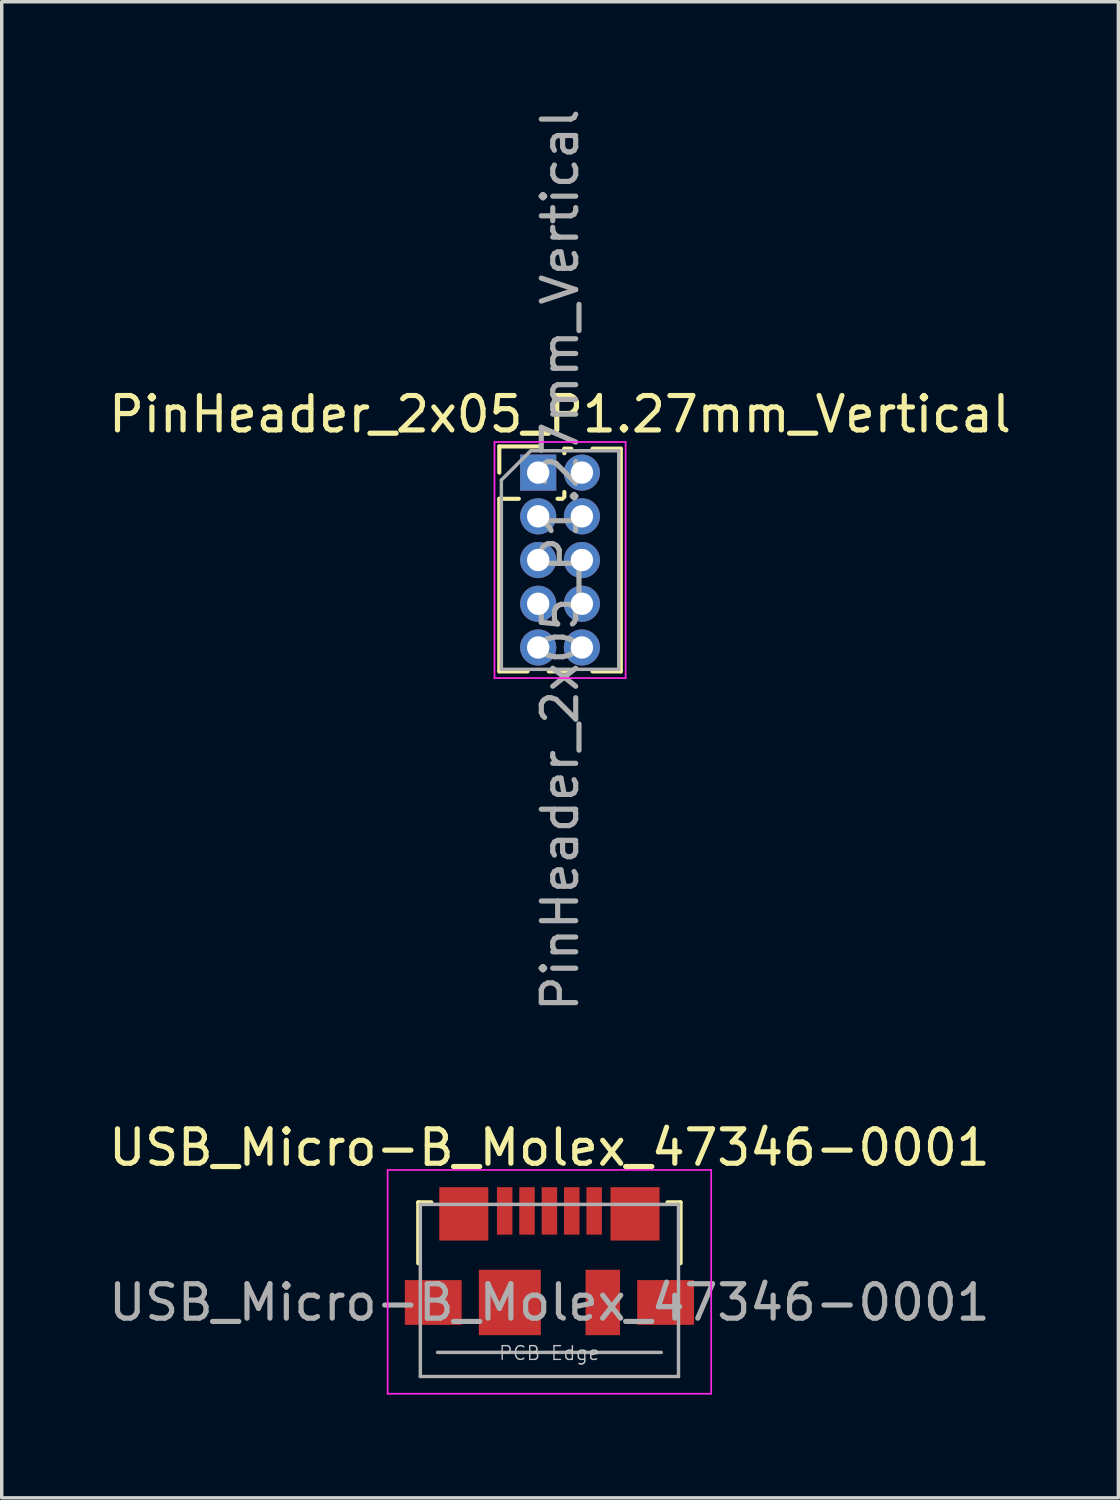
<source format=kicad_pcb>
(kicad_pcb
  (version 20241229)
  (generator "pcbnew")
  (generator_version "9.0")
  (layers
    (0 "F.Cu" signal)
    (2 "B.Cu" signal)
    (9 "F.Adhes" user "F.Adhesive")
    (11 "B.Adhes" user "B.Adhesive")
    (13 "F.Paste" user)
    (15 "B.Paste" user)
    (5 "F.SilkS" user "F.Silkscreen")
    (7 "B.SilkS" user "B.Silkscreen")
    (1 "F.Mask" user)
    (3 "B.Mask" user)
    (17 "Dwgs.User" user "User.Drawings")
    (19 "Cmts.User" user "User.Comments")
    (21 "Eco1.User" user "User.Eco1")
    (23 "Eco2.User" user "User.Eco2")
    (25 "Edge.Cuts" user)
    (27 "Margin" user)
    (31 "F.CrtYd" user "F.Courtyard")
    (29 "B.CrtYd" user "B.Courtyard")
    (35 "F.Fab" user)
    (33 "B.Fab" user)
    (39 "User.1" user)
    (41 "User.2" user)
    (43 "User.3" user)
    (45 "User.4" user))
  (footprint "USB_Micro-B_Molex_47346-0001"
    (layer "F.Cu")
    (at 12.911 33.589)
    (property "Reference" "USB_Micro-B_Molex_47346-0001" (at 0 -3.3 180) (layer "F.SilkS") (effects (font (size 1 1) (thickness 0.15))))
    (attr smd)
    (fp_line (start -3.81 -1.71) (end -3.43 -1.71) (stroke (width 0.12) (type solid)) (layer "F.SilkS"))
    (fp_line (start -3.81 0.06) (end -3.81 -1.71) (stroke (width 0.12) (type solid)) (layer "F.SilkS"))
    (fp_line (start 3.81 -1.71) (end 3.43 -1.71) (stroke (width 0.12) (type solid)) (layer "F.SilkS"))
    (fp_line (start 3.81 -1.71) (end 3.81 0.06) (stroke (width 0.12) (type solid)) (layer "F.SilkS"))
    (fp_line (start -4.7 -2.65) (end 4.7 -2.65) (stroke (width 0.05) (type solid)) (layer "F.CrtYd"))
    (fp_line (start -4.7 3.85) (end -4.7 -2.65) (stroke (width 0.05) (type solid)) (layer "F.CrtYd"))
    (fp_line (start 4.7 -2.65) (end 4.7 3.85) (stroke (width 0.05) (type solid)) (layer "F.CrtYd"))
    (fp_line (start 4.7 3.85) (end -4.7 3.85) (stroke (width 0.05) (type solid)) (layer "F.CrtYd"))
    (fp_line (start -3.75 -1.65) (end 3.75 -1.65) (stroke (width 0.1) (type solid)) (layer "F.Fab"))
    (fp_line (start -3.75 3.35) (end -3.75 -1.65) (stroke (width 0.1) (type solid)) (layer "F.Fab"))
    (fp_line (start -3.25 2.65) (end 3.25 2.65) (stroke (width 0.1) (type solid)) (layer "F.Fab"))
    (fp_line (start 3.75 -1.65) (end 3.75 3.35) (stroke (width 0.1) (type solid)) (layer "F.Fab"))
    (fp_line (start 3.75 3.35) (end -3.75 3.35) (stroke (width 0.1) (type solid)) (layer "F.Fab"))
    (fp_text user "PCB Edge" (at 0 2.67 180) (layer "Dwgs.User") (effects (font (size 0.4 0.4) (thickness 0.04))))
    (fp_text user "${REFERENCE}" (at 0 1.2 0) (layer "F.Fab") (effects (font (size 1 1) (thickness 0.15))))
    (pad "1" smd rect (at -1.3 -1.46) (size 0.45 1.38) (layers "F.Cu" "F.Mask" "F.Paste"))
    (pad "2" smd rect (at -0.65 -1.46) (size 0.45 1.38) (layers "F.Cu" "F.Mask" "F.Paste"))
    (pad "3" smd rect (at 0 -1.46) (size 0.45 1.38) (layers "F.Cu" "F.Mask" "F.Paste"))
    (pad "4" smd rect (at 0.65 -1.46) (size 0.45 1.38) (layers "F.Cu" "F.Mask" "F.Paste"))
    (pad "5" smd rect (at 1.3 -1.46) (size 0.45 1.38) (layers "F.Cu" "F.Mask" "F.Paste"))
    (pad "6" smd rect (at -3.375 1.2) (size 1.65 1.3) (layers "F.Cu" "F.Mask" "F.Paste"))
    (pad "6" smd rect (at -2.487 -1.375) (size 1.425 1.55) (layers "F.Cu" "F.Mask" "F.Paste"))
    (pad "6" smd rect (at -1.15 1.2) (size 1.8 1.9) (layers "F.Cu" "F.Mask" "F.Paste"))
    (pad "6" smd rect (at 1.55 1.2) (size 1 1.9) (layers "F.Cu" "F.Mask" "F.Paste"))
    (pad "6" smd rect (at 2.487 -1.375) (size 1.425 1.55) (layers "F.Cu" "F.Mask" "F.Paste"))
    (pad "6" smd rect (at 3.375 1.2) (size 1.65 1.3) (layers "F.Cu" "F.Mask" "F.Paste")))
  (footprint "PinHeader_2x05_P1.27mm_Vertical"
    (layer "F.Cu")
    (at 12.585 10.68)
    (property "Reference" "PinHeader_2x05_P1.27mm_Vertical" (at 0.635 -1.695 0) (layer "F.SilkS") (effects (font (size 1 1) (thickness 0.15))))
    (attr through_hole)
    (fp_line (start -1.13 -0.76) (end 0 -0.76) (stroke (width 0.12) (type solid)) (layer "F.SilkS"))
    (fp_line (start -1.13 0) (end -1.13 -0.76) (stroke (width 0.12) (type solid)) (layer "F.SilkS"))
    (fp_line (start -1.13 0.76) (end -1.13 5.775) (stroke (width 0.12) (type solid)) (layer "F.SilkS"))
    (fp_line (start -1.13 0.76) (end -0.563 0.76) (stroke (width 0.12) (type solid)) (layer "F.SilkS"))
    (fp_line (start -1.13 5.775) (end -0.308 5.775) (stroke (width 0.12) (type solid)) (layer "F.SilkS"))
    (fp_line (start 0.308 5.775) (end 0.962 5.775) (stroke (width 0.12) (type solid)) (layer "F.SilkS"))
    (fp_line (start 0.563 0.76) (end 0.707 0.76) (stroke (width 0.12) (type solid)) (layer "F.SilkS"))
    (fp_line (start 0.76 -0.695) (end 0.962 -0.695) (stroke (width 0.12) (type solid)) (layer "F.SilkS"))
    (fp_line (start 0.76 -0.563) (end 0.76 -0.695) (stroke (width 0.12) (type solid)) (layer "F.SilkS"))
    (fp_line (start 0.76 0.707) (end 0.76 0.563) (stroke (width 0.12) (type solid)) (layer "F.SilkS"))
    (fp_line (start 1.578 -0.695) (end 2.4 -0.695) (stroke (width 0.12) (type solid)) (layer "F.SilkS"))
    (fp_line (start 1.578 5.775) (end 2.4 5.775) (stroke (width 0.12) (type solid)) (layer "F.SilkS"))
    (fp_line (start 2.4 -0.695) (end 2.4 5.775) (stroke (width 0.12) (type solid)) (layer "F.SilkS"))
    (fp_line (start -1.27 -0.889) (end -1.27 5.969) (stroke (width 0.05) (type solid)) (layer "F.CrtYd"))
    (fp_line (start -1.27 5.969) (end 2.54 5.969) (stroke (width 0.05) (type solid)) (layer "F.CrtYd"))
    (fp_line (start 2.54 -0.889) (end -1.27 -0.889) (stroke (width 0.05) (type solid)) (layer "F.CrtYd"))
    (fp_line (start 2.54 5.969) (end 2.54 -0.889) (stroke (width 0.05) (type solid)) (layer "F.CrtYd"))
    (fp_line (start -1.07 0.217) (end -0.217 -0.635) (stroke (width 0.1) (type solid)) (layer "F.Fab"))
    (fp_line (start -1.07 5.715) (end -1.07 0.217) (stroke (width 0.1) (type solid)) (layer "F.Fab"))
    (fp_line (start -0.217 -0.635) (end 2.34 -0.635) (stroke (width 0.1) (type solid)) (layer "F.Fab"))
    (fp_line (start 2.34 -0.635) (end 2.34 5.715) (stroke (width 0.1) (type solid)) (layer "F.Fab"))
    (fp_line (start 2.34 5.715) (end -1.07 5.715) (stroke (width 0.1) (type solid)) (layer "F.Fab"))
    (fp_text user "${REFERENCE}" (at 0.635 2.54 90) (layer "F.Fab") (effects (font (size 1 1) (thickness 0.15))))
    (pad "1" thru_hole rect (at 0 0) (size 1.05 1.05) (drill 0.65) (layers "*.Cu" "*.Mask"))
    (pad "2" thru_hole circle (at 1.27 0) (size 1.05 1.05) (drill 0.65) (layers "*.Cu" "*.Mask"))
    (pad "3" thru_hole circle (at 0 1.27) (size 1.05 1.05) (drill 0.65) (layers "*.Cu" "*.Mask"))
    (pad "4" thru_hole circle (at 1.27 1.27) (size 1.05 1.05) (drill 0.65) (layers "*.Cu" "*.Mask"))
    (pad "5" thru_hole circle (at 0 2.54) (size 1.05 1.05) (drill 0.65) (layers "*.Cu" "*.Mask"))
    (pad "6" thru_hole circle (at 1.27 2.54) (size 1.05 1.05) (drill 0.65) (layers "*.Cu" "*.Mask"))
    (pad "7" thru_hole circle (at 0 3.81) (size 1.05 1.05) (drill 0.65) (layers "*.Cu" "*.Mask"))
    (pad "8" thru_hole circle (at 1.27 3.81) (size 1.05 1.05) (drill 0.65) (layers "*.Cu" "*.Mask"))
    (pad "9" thru_hole circle (at 0 5.08) (size 1.05 1.05) (drill 0.65) (layers "*.Cu" "*.Mask"))
    (pad "10" thru_hole circle (at 1.27 5.08) (size 1.05 1.05) (drill 0.65) (layers "*.Cu" "*.Mask")))
  (gr_rect
    (start -3 -3)
    (end 29.44 40.464)
    (stroke (width 0.1) (type default))
    (fill no)
    (layer "Edge.Cuts")))
</source>
